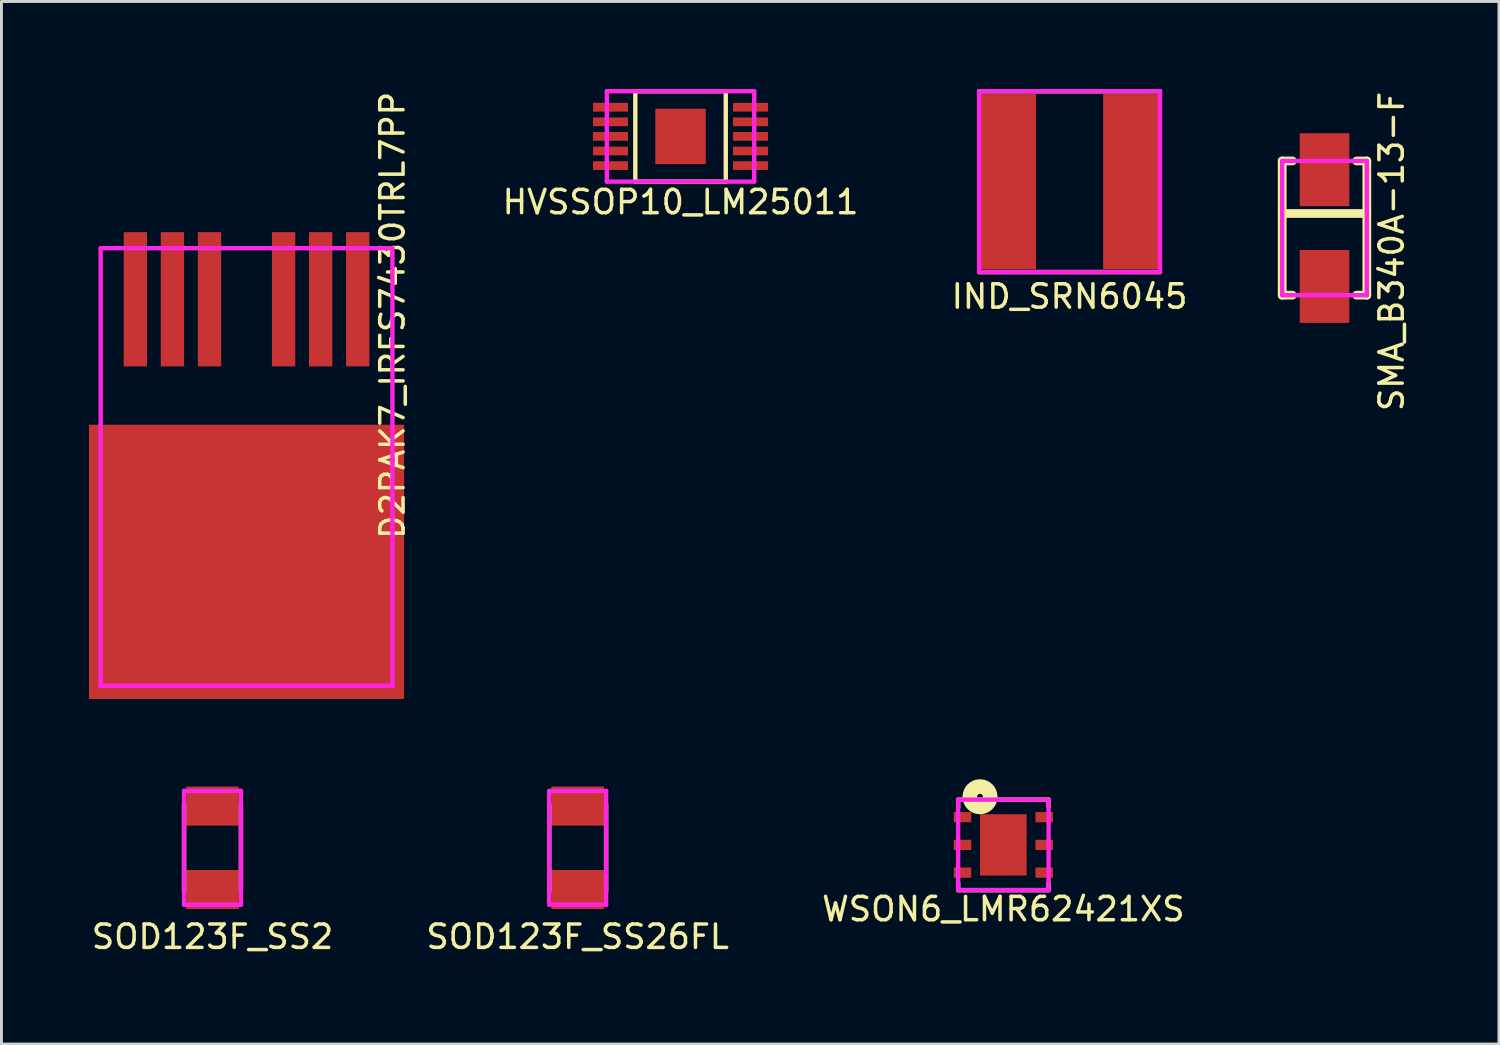
<source format=kicad_pcb>
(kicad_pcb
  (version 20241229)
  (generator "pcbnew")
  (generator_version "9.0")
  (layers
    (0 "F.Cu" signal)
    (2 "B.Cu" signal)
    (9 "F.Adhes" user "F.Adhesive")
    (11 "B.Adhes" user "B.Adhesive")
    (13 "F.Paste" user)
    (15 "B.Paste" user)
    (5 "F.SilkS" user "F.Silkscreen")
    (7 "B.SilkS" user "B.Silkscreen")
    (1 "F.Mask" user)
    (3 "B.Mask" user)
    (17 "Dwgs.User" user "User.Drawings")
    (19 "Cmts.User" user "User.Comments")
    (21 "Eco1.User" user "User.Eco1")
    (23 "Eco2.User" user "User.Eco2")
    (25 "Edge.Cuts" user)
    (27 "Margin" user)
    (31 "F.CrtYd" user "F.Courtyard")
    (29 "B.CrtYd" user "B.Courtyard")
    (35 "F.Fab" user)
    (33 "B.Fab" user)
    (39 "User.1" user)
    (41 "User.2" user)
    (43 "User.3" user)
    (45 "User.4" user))
  (footprint "SMA_B340A-13-F"
    (layer "F.Cu")
    (at 42.345 4.767)
    (property "Reference" "SMA_B340A-13-F" (at 2.3 0.8 90) (layer "F.SilkS") (effects (font (size 0.8 0.8) (thickness 0.12))))
    (attr smd)
    (fp_line (start -1.45 -2.3) (end -1.1 -2.3) (stroke (width 0.3) (type solid)) (layer "F.SilkS"))
    (fp_line (start -1.45 -0.5) (end 1.45 -0.5) (stroke (width 0.3) (type solid)) (layer "F.SilkS"))
    (fp_line (start -1.45 2.3) (end -1.45 -2.3) (stroke (width 0.3) (type solid)) (layer "F.SilkS"))
    (fp_line (start -1.45 2.3) (end -1.1 2.3) (stroke (width 0.3) (type solid)) (layer "F.SilkS"))
    (fp_line (start 1.1 -2.3) (end 1.45 -2.3) (stroke (width 0.3) (type solid)) (layer "F.SilkS"))
    (fp_line (start 1.1 2.3) (end 1.45 2.3) (stroke (width 0.3) (type solid)) (layer "F.SilkS"))
    (fp_line (start 1.45 2.3) (end 1.45 -2.3) (stroke (width 0.3) (type solid)) (layer "F.SilkS"))
    (fp_line (start -1.45 -2.3) (end -1.45 2.3) (stroke (width 0.15) (type solid)) (layer "F.CrtYd"))
    (fp_line (start -1.45 2.3) (end 1.45 2.3) (stroke (width 0.15) (type solid)) (layer "F.CrtYd"))
    (fp_line (start 1.45 -2.3) (end -1.45 -2.3) (stroke (width 0.15) (type solid)) (layer "F.CrtYd"))
    (fp_line (start 1.45 2.3) (end 1.45 -2.3) (stroke (width 0.15) (type solid)) (layer "F.CrtYd"))
    (pad "A" smd rect (at 0 2) (size 1.7 2.5) (layers "F.Cu" "F.Mask" "F.Paste"))
    (pad "K" smd rect (at 0 -2) (size 1.7 2.5) (layers "F.Cu" "F.Mask" "F.Paste")))
  (footprint "WSON6_LMR62421XS"
    (layer "F.Cu")
    (at 31.338 25.907)
    (property "Reference" "WSON6_LMR62421XS" (at 0 2.2 0) (layer "F.SilkS") (effects (font (size 0.8 0.8) (thickness 0.12))))
    (attr through_hole)
    (fp_line (start -1.55 -1.55) (end 1.55 -1.55) (stroke (width 0.15) (type solid)) (layer "F.SilkS"))
    (fp_line (start -1.55 -1.3) (end -1.55 -1.55) (stroke (width 0.15) (type solid)) (layer "F.SilkS"))
    (fp_line (start -1.55 1.55) (end -1.55 1.3) (stroke (width 0.15) (type solid)) (layer "F.SilkS"))
    (fp_line (start -1.55 1.55) (end 1.55 1.55) (stroke (width 0.15) (type solid)) (layer "F.SilkS"))
    (fp_line (start 1.55 -1.55) (end 1.55 -1.3) (stroke (width 0.15) (type solid)) (layer "F.SilkS"))
    (fp_line (start 1.55 1.55) (end 1.55 1.3) (stroke (width 0.15) (type solid)) (layer "F.SilkS"))
    (fp_circle (center -0.8 -1.65) (end -0.7 -1.65) (stroke (width 0.5) (type solid)) (fill no) (layer "F.SilkS"))
    (fp_line (start -1.55 -1.55) (end 1.55 -1.55) (stroke (width 0.15) (type solid)) (layer "F.CrtYd"))
    (fp_line (start -1.55 1.55) (end -1.55 -1.55) (stroke (width 0.15) (type solid)) (layer "F.CrtYd"))
    (fp_line (start 1.55 -1.55) (end 1.55 1.55) (stroke (width 0.15) (type solid)) (layer "F.CrtYd"))
    (fp_line (start 1.55 1.55) (end -1.55 1.55) (stroke (width 0.15) (type solid)) (layer "F.CrtYd"))
    (pad "1" smd rect (at -1.4 -0.95) (size 0.6 0.35) (layers "F.Cu" "F.Mask" "F.Paste"))
    (pad "2" smd rect (at -1.4 0) (size 0.6 0.35) (layers "F.Cu" "F.Mask" "F.Paste"))
    (pad "3" smd rect (at -1.4 0.95) (size 0.6 0.35) (layers "F.Cu" "F.Mask" "F.Paste"))
    (pad "4" smd rect (at 1.4 0.95) (size 0.6 0.35) (layers "F.Cu" "F.Mask" "F.Paste"))
    (pad "5" smd rect (at 1.4 0) (size 0.6 0.35) (layers "F.Cu" "F.Mask" "F.Paste"))
    (pad "6" smd rect (at 1.4 -0.95) (size 0.6 0.35) (layers "F.Cu" "F.Mask" "F.Paste"))
    (pad "EP" smd rect (at 0 0) (size 1.6 2.1) (layers "F.Cu" "F.Mask" "F.Paste")))
  (footprint "SOD123F_SS26FL"
    (layer "F.Cu")
    (at 16.748 26.007)
    (property "Reference" "SOD123F_SS26FL" (at 0 3.048 0) (layer "F.SilkS") (effects (font (size 0.8 0.8) (thickness 0.12))))
    (attr through_hole)
    (fp_line (start -0.975 -1.5) (end -0.975 1.5) (stroke (width 0.15) (type solid)) (layer "F.SilkS"))
    (fp_line (start 0.975 -1.5) (end 0.975 1.5) (stroke (width 0.15) (type solid)) (layer "F.SilkS"))
    (fp_line (start -0.975 1.95) (end -0.975 -1.95) (stroke (width 0.15) (type solid)) (layer "F.CrtYd"))
    (fp_line (start 0.975 -1.95) (end -0.975 -1.95) (stroke (width 0.15) (type solid)) (layer "F.CrtYd"))
    (fp_line (start 0.975 1.95) (end -0.975 1.95) (stroke (width 0.15) (type solid)) (layer "F.CrtYd"))
    (fp_line (start 0.975 1.95) (end 0.975 -1.95) (stroke (width 0.15) (type solid)) (layer "F.CrtYd"))
    (pad "1" smd rect (at 0 -1.43) (size 1.8 1.34) (layers "F.Cu" "F.Mask" "F.Paste"))
    (pad "2" smd rect (at 0 1.43) (size 1.8 1.34) (layers "F.Cu" "F.Mask" "F.Paste")))
  (footprint "IND_SRN6045"
    (layer "F.Cu")
    (at 33.607 3.175)
    (property "Reference" "IND_SRN6045" (at 0 3.937 0) (layer "F.SilkS") (effects (font (size 0.8 0.8) (thickness 0.12))))
    (attr through_hole)
    (fp_line (start -3.1 3.1) (end 3.1 3.1) (stroke (width 0.15) (type solid)) (layer "F.SilkS"))
    (fp_line (start 3.1 -3.1) (end -3.1 -3.1) (stroke (width 0.15) (type solid)) (layer "F.SilkS"))
    (fp_line (start -3.1 -3.1) (end -3.1 3.1) (stroke (width 0.15) (type solid)) (layer "F.CrtYd"))
    (fp_line (start -3.1 3.1) (end 3.1 3.1) (stroke (width 0.15) (type solid)) (layer "F.CrtYd"))
    (fp_line (start 3.1 -3.1) (end -3.1 -3.1) (stroke (width 0.15) (type solid)) (layer "F.CrtYd"))
    (fp_line (start 3.1 -3.1) (end 3.1 3.1) (stroke (width 0.15) (type solid)) (layer "F.CrtYd"))
    (pad "1" smd rect (at -2.15 0) (size 2 6) (layers "F.Cu" "F.Mask" "F.Paste"))
    (pad "2" smd rect (at 2.15 0) (size 2 6) (layers "F.Cu" "F.Mask" "F.Paste")))
  (footprint "D2PAK7_IRFS7430TRL7PP"
    (layer "F.Cu")
    (at 5.4 12.957)
    (property "Reference" "D2PAK7_IRFS7430TRL7PP" (at 5 -5.2 90) (layer "F.SilkS") (effects (font (size 0.8 0.8) (thickness 0.12))))
    (attr through_hole)
    (fp_line (start -5 -7.5) (end -5 7.5) (stroke (width 0.15) (type solid)) (layer "F.CrtYd"))
    (fp_line (start 5 -7.5) (end -5 -7.5) (stroke (width 0.15) (type solid)) (layer "F.CrtYd"))
    (fp_line (start 5 7.5) (end -5 7.5) (stroke (width 0.15) (type solid)) (layer "F.CrtYd"))
    (fp_line (start 5 7.5) (end 5 -7.5) (stroke (width 0.15) (type solid)) (layer "F.CrtYd"))
    (pad "D" smd rect (at 0 3.25 180) (size 10.8 9.4) (layers "F.Cu" "F.Mask" "F.Paste"))
    (pad "G" smd rect (at 3.81 -5.75 180) (size 0.8 4.6) (layers "F.Cu" "F.Mask" "F.Paste"))
    (pad "S" smd rect (at -3.81 -5.75 180) (size 0.8 4.6) (layers "F.Cu" "F.Mask" "F.Paste"))
    (pad "S" smd rect (at -2.54 -5.75 180) (size 0.8 4.6) (layers "F.Cu" "F.Mask" "F.Paste"))
    (pad "S" smd rect (at -1.27 -5.75 180) (size 0.8 4.6) (layers "F.Cu" "F.Mask" "F.Paste"))
    (pad "S" smd rect (at 1.27 -5.75 180) (size 0.8 4.6) (layers "F.Cu" "F.Mask" "F.Paste"))
    (pad "S" smd rect (at 2.54 -5.75 180) (size 0.8 4.6) (layers "F.Cu" "F.Mask" "F.Paste")))
  (footprint "SOD123F_SS2"
    (layer "F.Cu")
    (at 4.233 26.007)
    (property "Reference" "SOD123F_SS2" (at 0 3.048 0) (layer "F.SilkS") (effects (font (size 0.8 0.8) (thickness 0.12))))
    (attr through_hole)
    (fp_line (start -0.975 -1.5) (end -0.975 1.5) (stroke (width 0.15) (type solid)) (layer "F.SilkS"))
    (fp_line (start 0.975 -1.5) (end 0.975 1.5) (stroke (width 0.15) (type solid)) (layer "F.SilkS"))
    (fp_line (start -0.975 1.95) (end -0.975 -1.95) (stroke (width 0.15) (type solid)) (layer "F.CrtYd"))
    (fp_line (start 0.975 -1.95) (end -0.975 -1.95) (stroke (width 0.15) (type solid)) (layer "F.CrtYd"))
    (fp_line (start 0.975 1.95) (end -0.975 1.95) (stroke (width 0.15) (type solid)) (layer "F.CrtYd"))
    (fp_line (start 0.975 1.95) (end 0.975 -1.95) (stroke (width 0.15) (type solid)) (layer "F.CrtYd"))
    (pad "1" smd rect (at 0 -1.43) (size 1.8 1.34) (layers "F.Cu" "F.Mask" "F.Paste"))
    (pad "2" smd rect (at 0 1.43) (size 1.8 1.34) (layers "F.Cu" "F.Mask" "F.Paste")))
  (footprint "HVSSOP10_LM25011"
    (layer "F.Cu")
    (at 20.274 1.625)
    (property "Reference" "HVSSOP10_LM25011" (at 0 2.25 0) (layer "F.SilkS") (effects (font (size 0.8 0.8) (thickness 0.12))))
    (attr through_hole)
    (fp_line (start -1.55 -1.55) (end -1.55 1.55) (stroke (width 0.15) (type solid)) (layer "F.SilkS"))
    (fp_line (start -1.55 -1.55) (end 1.55 -1.55) (stroke (width 0.15) (type solid)) (layer "F.SilkS"))
    (fp_line (start 1.55 -1.55) (end 1.55 1.55) (stroke (width 0.15) (type solid)) (layer "F.SilkS"))
    (fp_line (start 1.55 1.55) (end -1.55 1.55) (stroke (width 0.15) (type solid)) (layer "F.SilkS"))
    (fp_line (start -2.525 -1.55) (end 2.525 -1.55) (stroke (width 0.15) (type solid)) (layer "F.CrtYd"))
    (fp_line (start -2.525 1.55) (end -2.525 -1.55) (stroke (width 0.15) (type solid)) (layer "F.CrtYd"))
    (fp_line (start 2.525 -1.55) (end 2.525 1.55) (stroke (width 0.15) (type solid)) (layer "F.CrtYd"))
    (fp_line (start 2.525 1.55) (end -2.525 1.55) (stroke (width 0.15) (type solid)) (layer "F.CrtYd"))
    (pad "1" smd rect (at -2.4 -1) (size 1.2 0.3) (layers "F.Cu" "F.Mask" "F.Paste"))
    (pad "2" smd rect (at -2.4 -0.5) (size 1.2 0.3) (layers "F.Cu" "F.Mask" "F.Paste"))
    (pad "3" smd rect (at -2.4 0) (size 1.2 0.3) (layers "F.Cu" "F.Mask" "F.Paste"))
    (pad "4" smd rect (at -2.4 0.5) (size 1.2 0.3) (layers "F.Cu" "F.Mask" "F.Paste"))
    (pad "5" smd rect (at -2.4 1) (size 1.2 0.3) (layers "F.Cu" "F.Mask" "F.Paste"))
    (pad "6" smd rect (at 2.4 1) (size 1.2 0.3) (layers "F.Cu" "F.Mask" "F.Paste"))
    (pad "7" smd rect (at 2.4 0.5) (size 1.2 0.3) (layers "F.Cu" "F.Mask" "F.Paste"))
    (pad "8" smd rect (at 2.4 0) (size 1.2 0.3) (layers "F.Cu" "F.Mask" "F.Paste"))
    (pad "9" smd rect (at 2.4 -0.5) (size 1.2 0.3) (layers "F.Cu" "F.Mask" "F.Paste"))
    (pad "10" smd rect (at 2.4 -1) (size 1.2 0.3) (layers "F.Cu" "F.Mask" "F.Paste"))
    (pad "EP" smd rect (at 0 0) (size 1.73 1.9) (layers "F.Cu" "F.Mask" "F.Paste")))
  (gr_rect
    (start -3 -3)
    (end 48.324 32.734)
    (stroke (width 0.1) (type default))
    (fill no)
    (layer "Edge.Cuts")))
</source>
